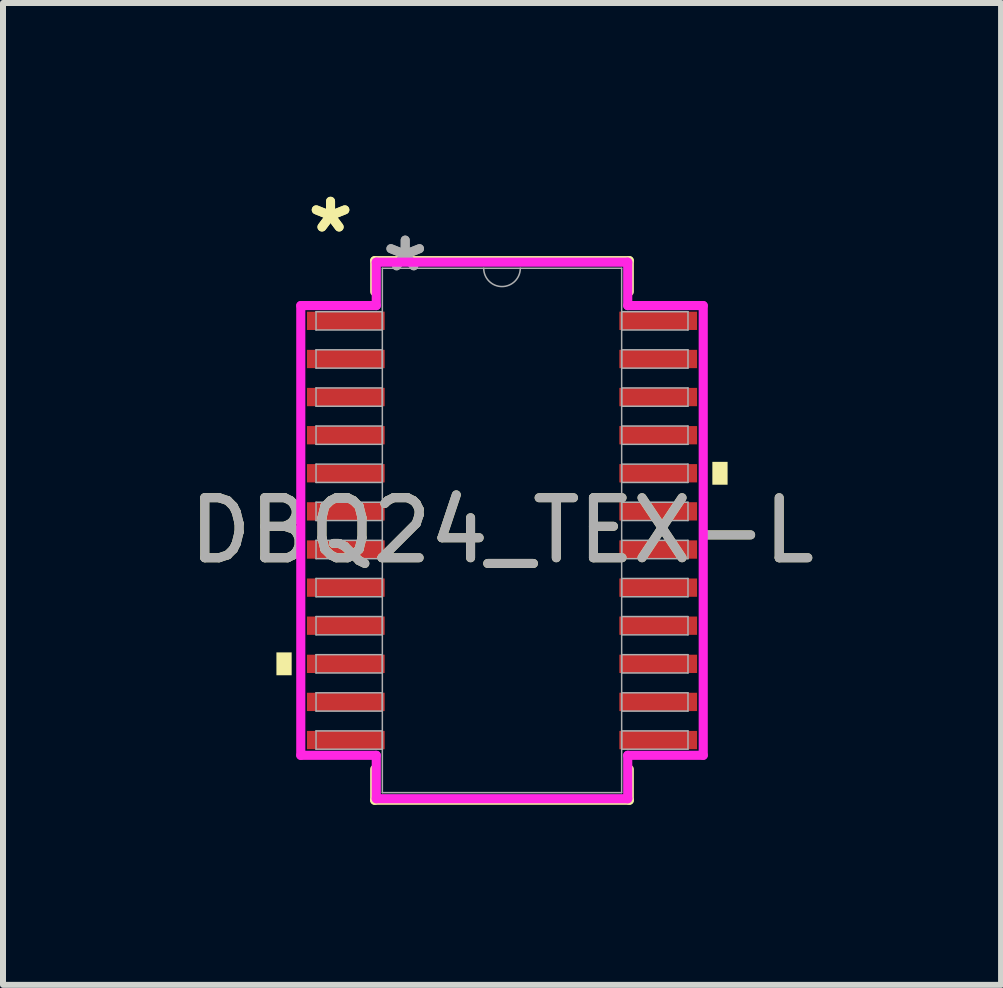
<source format=kicad_pcb>
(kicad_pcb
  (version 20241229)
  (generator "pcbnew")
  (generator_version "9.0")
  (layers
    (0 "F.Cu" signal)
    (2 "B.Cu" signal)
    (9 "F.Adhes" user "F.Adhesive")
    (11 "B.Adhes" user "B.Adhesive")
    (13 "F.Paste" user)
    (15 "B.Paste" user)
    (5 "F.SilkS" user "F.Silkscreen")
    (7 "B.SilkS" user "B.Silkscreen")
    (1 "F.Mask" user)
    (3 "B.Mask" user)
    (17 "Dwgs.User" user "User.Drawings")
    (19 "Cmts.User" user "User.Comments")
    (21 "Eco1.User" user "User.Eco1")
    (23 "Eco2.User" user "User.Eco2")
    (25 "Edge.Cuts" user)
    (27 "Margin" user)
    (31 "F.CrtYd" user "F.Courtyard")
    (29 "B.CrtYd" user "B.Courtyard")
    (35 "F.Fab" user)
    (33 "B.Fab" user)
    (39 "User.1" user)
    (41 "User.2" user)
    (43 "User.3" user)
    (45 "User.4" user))
  (footprint "DBQ24_TEX-L"
    (layer "F.Cu")
    (at 5.315 5.789)
    (property "Reference" "DBQ24_TEX-L" (at 0 0 0) (unlocked yes) (layer "F.SilkS") (effects (font (size 1 1) (thickness 0.15))))
    (attr smd)
    (fp_line (start -2.121 -4.496) (end -2.121 -3.978) (stroke (width 0.152) (type solid)) (layer "F.SilkS"))
    (fp_line (start -2.121 3.978) (end -2.121 4.496) (stroke (width 0.152) (type solid)) (layer "F.SilkS"))
    (fp_line (start -2.121 4.496) (end 2.121 4.496) (stroke (width 0.152) (type solid)) (layer "F.SilkS"))
    (fp_line (start 2.121 -4.496) (end -2.121 -4.496) (stroke (width 0.152) (type solid)) (layer "F.SilkS"))
    (fp_line (start 2.121 -3.978) (end 2.121 -4.496) (stroke (width 0.152) (type solid)) (layer "F.SilkS"))
    (fp_line (start 2.121 4.496) (end 2.121 3.978) (stroke (width 0.152) (type solid)) (layer "F.SilkS"))
    (fp_poly (pts (xy -3.759 2.032) (xy -3.759 2.413) (xy -3.505 2.413) (xy -3.505 2.032)) (stroke (width 0) (type solid)) (fill yes) (layer "F.SilkS"))
    (fp_poly (pts (xy 3.759 -1.143) (xy 3.759 -0.762) (xy 3.505 -0.762) (xy 3.505 -1.143)) (stroke (width 0) (type solid)) (fill yes) (layer "F.SilkS"))
    (fp_line (start -3.353 -3.747) (end -2.095 -3.747) (stroke (width 0.152) (type solid)) (layer "F.CrtYd"))
    (fp_line (start -3.353 3.747) (end -3.353 -3.747) (stroke (width 0.152) (type solid)) (layer "F.CrtYd"))
    (fp_line (start -3.353 3.747) (end -2.095 3.747) (stroke (width 0.152) (type solid)) (layer "F.CrtYd"))
    (fp_line (start -2.095 -4.47) (end 2.095 -4.47) (stroke (width 0.152) (type solid)) (layer "F.CrtYd"))
    (fp_line (start -2.095 -3.747) (end -2.095 -4.47) (stroke (width 0.152) (type solid)) (layer "F.CrtYd"))
    (fp_line (start -2.095 4.47) (end -2.095 3.747) (stroke (width 0.152) (type solid)) (layer "F.CrtYd"))
    (fp_line (start 2.095 -4.47) (end 2.095 -3.747) (stroke (width 0.152) (type solid)) (layer "F.CrtYd"))
    (fp_line (start 2.095 3.747) (end 2.095 4.47) (stroke (width 0.152) (type solid)) (layer "F.CrtYd"))
    (fp_line (start 2.095 4.47) (end -2.095 4.47) (stroke (width 0.152) (type solid)) (layer "F.CrtYd"))
    (fp_line (start 3.353 -3.747) (end 2.095 -3.747) (stroke (width 0.152) (type solid)) (layer "F.CrtYd"))
    (fp_line (start 3.353 -3.747) (end 3.353 3.747) (stroke (width 0.152) (type solid)) (layer "F.CrtYd"))
    (fp_line (start 3.353 3.747) (end 2.095 3.747) (stroke (width 0.152) (type solid)) (layer "F.CrtYd"))
    (fp_line (start -3.099 -3.645) (end -3.099 -3.34) (stroke (width 0.025) (type solid)) (layer "F.Fab"))
    (fp_line (start -3.099 -3.34) (end -1.994 -3.34) (stroke (width 0.025) (type solid)) (layer "F.Fab"))
    (fp_line (start -3.099 -3.01) (end -3.099 -2.705) (stroke (width 0.025) (type solid)) (layer "F.Fab"))
    (fp_line (start -3.099 -2.705) (end -1.994 -2.705) (stroke (width 0.025) (type solid)) (layer "F.Fab"))
    (fp_line (start -3.099 -2.375) (end -3.099 -2.07) (stroke (width 0.025) (type solid)) (layer "F.Fab"))
    (fp_line (start -3.099 -2.07) (end -1.994 -2.07) (stroke (width 0.025) (type solid)) (layer "F.Fab"))
    (fp_line (start -3.099 -1.74) (end -3.099 -1.435) (stroke (width 0.025) (type solid)) (layer "F.Fab"))
    (fp_line (start -3.099 -1.435) (end -1.994 -1.435) (stroke (width 0.025) (type solid)) (layer "F.Fab"))
    (fp_line (start -3.099 -1.105) (end -3.099 -0.8) (stroke (width 0.025) (type solid)) (layer "F.Fab"))
    (fp_line (start -3.099 -0.8) (end -1.994 -0.8) (stroke (width 0.025) (type solid)) (layer "F.Fab"))
    (fp_line (start -3.099 -0.47) (end -3.099 -0.165) (stroke (width 0.025) (type solid)) (layer "F.Fab"))
    (fp_line (start -3.099 -0.165) (end -1.994 -0.165) (stroke (width 0.025) (type solid)) (layer "F.Fab"))
    (fp_line (start -3.099 0.165) (end -3.099 0.47) (stroke (width 0.025) (type solid)) (layer "F.Fab"))
    (fp_line (start -3.099 0.47) (end -1.994 0.47) (stroke (width 0.025) (type solid)) (layer "F.Fab"))
    (fp_line (start -3.099 0.8) (end -3.099 1.105) (stroke (width 0.025) (type solid)) (layer "F.Fab"))
    (fp_line (start -3.099 1.105) (end -1.994 1.105) (stroke (width 0.025) (type solid)) (layer "F.Fab"))
    (fp_line (start -3.099 1.435) (end -3.099 1.74) (stroke (width 0.025) (type solid)) (layer "F.Fab"))
    (fp_line (start -3.099 1.74) (end -1.994 1.74) (stroke (width 0.025) (type solid)) (layer "F.Fab"))
    (fp_line (start -3.099 2.07) (end -3.099 2.375) (stroke (width 0.025) (type solid)) (layer "F.Fab"))
    (fp_line (start -3.099 2.375) (end -1.994 2.375) (stroke (width 0.025) (type solid)) (layer "F.Fab"))
    (fp_line (start -3.099 2.705) (end -3.099 3.01) (stroke (width 0.025) (type solid)) (layer "F.Fab"))
    (fp_line (start -3.099 3.01) (end -1.994 3.01) (stroke (width 0.025) (type solid)) (layer "F.Fab"))
    (fp_line (start -3.099 3.34) (end -3.099 3.645) (stroke (width 0.025) (type solid)) (layer "F.Fab"))
    (fp_line (start -3.099 3.645) (end -1.994 3.645) (stroke (width 0.025) (type solid)) (layer "F.Fab"))
    (fp_line (start -1.994 -4.369) (end -1.994 4.369) (stroke (width 0.025) (type solid)) (layer "F.Fab"))
    (fp_line (start -1.994 -3.645) (end -3.099 -3.645) (stroke (width 0.025) (type solid)) (layer "F.Fab"))
    (fp_line (start -1.994 -3.34) (end -1.994 -3.645) (stroke (width 0.025) (type solid)) (layer "F.Fab"))
    (fp_line (start -1.994 -3.01) (end -3.099 -3.01) (stroke (width 0.025) (type solid)) (layer "F.Fab"))
    (fp_line (start -1.994 -2.705) (end -1.994 -3.01) (stroke (width 0.025) (type solid)) (layer "F.Fab"))
    (fp_line (start -1.994 -2.375) (end -3.099 -2.375) (stroke (width 0.025) (type solid)) (layer "F.Fab"))
    (fp_line (start -1.994 -2.07) (end -1.994 -2.375) (stroke (width 0.025) (type solid)) (layer "F.Fab"))
    (fp_line (start -1.994 -1.74) (end -3.099 -1.74) (stroke (width 0.025) (type solid)) (layer "F.Fab"))
    (fp_line (start -1.994 -1.435) (end -1.994 -1.74) (stroke (width 0.025) (type solid)) (layer "F.Fab"))
    (fp_line (start -1.994 -1.105) (end -3.099 -1.105) (stroke (width 0.025) (type solid)) (layer "F.Fab"))
    (fp_line (start -1.994 -0.8) (end -1.994 -1.105) (stroke (width 0.025) (type solid)) (layer "F.Fab"))
    (fp_line (start -1.994 -0.47) (end -3.099 -0.47) (stroke (width 0.025) (type solid)) (layer "F.Fab"))
    (fp_line (start -1.994 -0.165) (end -1.994 -0.47) (stroke (width 0.025) (type solid)) (layer "F.Fab"))
    (fp_line (start -1.994 0.165) (end -3.099 0.165) (stroke (width 0.025) (type solid)) (layer "F.Fab"))
    (fp_line (start -1.994 0.47) (end -1.994 0.165) (stroke (width 0.025) (type solid)) (layer "F.Fab"))
    (fp_line (start -1.994 0.8) (end -3.099 0.8) (stroke (width 0.025) (type solid)) (layer "F.Fab"))
    (fp_line (start -1.994 1.105) (end -1.994 0.8) (stroke (width 0.025) (type solid)) (layer "F.Fab"))
    (fp_line (start -1.994 1.435) (end -3.099 1.435) (stroke (width 0.025) (type solid)) (layer "F.Fab"))
    (fp_line (start -1.994 1.74) (end -1.994 1.435) (stroke (width 0.025) (type solid)) (layer "F.Fab"))
    (fp_line (start -1.994 2.07) (end -3.099 2.07) (stroke (width 0.025) (type solid)) (layer "F.Fab"))
    (fp_line (start -1.994 2.375) (end -1.994 2.07) (stroke (width 0.025) (type solid)) (layer "F.Fab"))
    (fp_line (start -1.994 2.705) (end -3.099 2.705) (stroke (width 0.025) (type solid)) (layer "F.Fab"))
    (fp_line (start -1.994 3.01) (end -1.994 2.705) (stroke (width 0.025) (type solid)) (layer "F.Fab"))
    (fp_line (start -1.994 3.34) (end -3.099 3.34) (stroke (width 0.025) (type solid)) (layer "F.Fab"))
    (fp_line (start -1.994 3.645) (end -1.994 3.34) (stroke (width 0.025) (type solid)) (layer "F.Fab"))
    (fp_line (start -1.994 4.369) (end 1.994 4.369) (stroke (width 0.025) (type solid)) (layer "F.Fab"))
    (fp_line (start 1.994 -4.369) (end -1.994 -4.369) (stroke (width 0.025) (type solid)) (layer "F.Fab"))
    (fp_line (start 1.994 -3.645) (end 1.994 -3.34) (stroke (width 0.025) (type solid)) (layer "F.Fab"))
    (fp_line (start 1.994 -3.34) (end 3.099 -3.34) (stroke (width 0.025) (type solid)) (layer "F.Fab"))
    (fp_line (start 1.994 -3.01) (end 1.994 -2.705) (stroke (width 0.025) (type solid)) (layer "F.Fab"))
    (fp_line (start 1.994 -2.705) (end 3.099 -2.705) (stroke (width 0.025) (type solid)) (layer "F.Fab"))
    (fp_line (start 1.994 -2.375) (end 1.994 -2.07) (stroke (width 0.025) (type solid)) (layer "F.Fab"))
    (fp_line (start 1.994 -2.07) (end 3.099 -2.07) (stroke (width 0.025) (type solid)) (layer "F.Fab"))
    (fp_line (start 1.994 -1.74) (end 1.994 -1.435) (stroke (width 0.025) (type solid)) (layer "F.Fab"))
    (fp_line (start 1.994 -1.435) (end 3.099 -1.435) (stroke (width 0.025) (type solid)) (layer "F.Fab"))
    (fp_line (start 1.994 -1.105) (end 1.994 -0.8) (stroke (width 0.025) (type solid)) (layer "F.Fab"))
    (fp_line (start 1.994 -0.8) (end 3.099 -0.8) (stroke (width 0.025) (type solid)) (layer "F.Fab"))
    (fp_line (start 1.994 -0.47) (end 1.994 -0.165) (stroke (width 0.025) (type solid)) (layer "F.Fab"))
    (fp_line (start 1.994 -0.165) (end 3.099 -0.165) (stroke (width 0.025) (type solid)) (layer "F.Fab"))
    (fp_line (start 1.994 0.165) (end 1.994 0.47) (stroke (width 0.025) (type solid)) (layer "F.Fab"))
    (fp_line (start 1.994 0.47) (end 3.099 0.47) (stroke (width 0.025) (type solid)) (layer "F.Fab"))
    (fp_line (start 1.994 0.8) (end 1.994 1.105) (stroke (width 0.025) (type solid)) (layer "F.Fab"))
    (fp_line (start 1.994 1.105) (end 3.099 1.105) (stroke (width 0.025) (type solid)) (layer "F.Fab"))
    (fp_line (start 1.994 1.435) (end 1.994 1.74) (stroke (width 0.025) (type solid)) (layer "F.Fab"))
    (fp_line (start 1.994 1.74) (end 3.099 1.74) (stroke (width 0.025) (type solid)) (layer "F.Fab"))
    (fp_line (start 1.994 2.07) (end 1.994 2.375) (stroke (width 0.025) (type solid)) (layer "F.Fab"))
    (fp_line (start 1.994 2.375) (end 3.099 2.375) (stroke (width 0.025) (type solid)) (layer "F.Fab"))
    (fp_line (start 1.994 2.705) (end 1.994 3.01) (stroke (width 0.025) (type solid)) (layer "F.Fab"))
    (fp_line (start 1.994 3.01) (end 3.099 3.01) (stroke (width 0.025) (type solid)) (layer "F.Fab"))
    (fp_line (start 1.994 3.34) (end 1.994 3.645) (stroke (width 0.025) (type solid)) (layer "F.Fab"))
    (fp_line (start 1.994 3.645) (end 3.099 3.645) (stroke (width 0.025) (type solid)) (layer "F.Fab"))
    (fp_line (start 1.994 4.369) (end 1.994 -4.369) (stroke (width 0.025) (type solid)) (layer "F.Fab"))
    (fp_line (start 3.099 -3.645) (end 1.994 -3.645) (stroke (width 0.025) (type solid)) (layer "F.Fab"))
    (fp_line (start 3.099 -3.34) (end 3.099 -3.645) (stroke (width 0.025) (type solid)) (layer "F.Fab"))
    (fp_line (start 3.099 -3.01) (end 1.994 -3.01) (stroke (width 0.025) (type solid)) (layer "F.Fab"))
    (fp_line (start 3.099 -2.705) (end 3.099 -3.01) (stroke (width 0.025) (type solid)) (layer "F.Fab"))
    (fp_line (start 3.099 -2.375) (end 1.994 -2.375) (stroke (width 0.025) (type solid)) (layer "F.Fab"))
    (fp_line (start 3.099 -2.07) (end 3.099 -2.375) (stroke (width 0.025) (type solid)) (layer "F.Fab"))
    (fp_line (start 3.099 -1.74) (end 1.994 -1.74) (stroke (width 0.025) (type solid)) (layer "F.Fab"))
    (fp_line (start 3.099 -1.435) (end 3.099 -1.74) (stroke (width 0.025) (type solid)) (layer "F.Fab"))
    (fp_line (start 3.099 -1.105) (end 1.994 -1.105) (stroke (width 0.025) (type solid)) (layer "F.Fab"))
    (fp_line (start 3.099 -0.8) (end 3.099 -1.105) (stroke (width 0.025) (type solid)) (layer "F.Fab"))
    (fp_line (start 3.099 -0.47) (end 1.994 -0.47) (stroke (width 0.025) (type solid)) (layer "F.Fab"))
    (fp_line (start 3.099 -0.165) (end 3.099 -0.47) (stroke (width 0.025) (type solid)) (layer "F.Fab"))
    (fp_line (start 3.099 0.165) (end 1.994 0.165) (stroke (width 0.025) (type solid)) (layer "F.Fab"))
    (fp_line (start 3.099 0.47) (end 3.099 0.165) (stroke (width 0.025) (type solid)) (layer "F.Fab"))
    (fp_line (start 3.099 0.8) (end 1.994 0.8) (stroke (width 0.025) (type solid)) (layer "F.Fab"))
    (fp_line (start 3.099 1.105) (end 3.099 0.8) (stroke (width 0.025) (type solid)) (layer "F.Fab"))
    (fp_line (start 3.099 1.435) (end 1.994 1.435) (stroke (width 0.025) (type solid)) (layer "F.Fab"))
    (fp_line (start 3.099 1.74) (end 3.099 1.435) (stroke (width 0.025) (type solid)) (layer "F.Fab"))
    (fp_line (start 3.099 2.07) (end 1.994 2.07) (stroke (width 0.025) (type solid)) (layer "F.Fab"))
    (fp_line (start 3.099 2.375) (end 3.099 2.07) (stroke (width 0.025) (type solid)) (layer "F.Fab"))
    (fp_line (start 3.099 2.705) (end 1.994 2.705) (stroke (width 0.025) (type solid)) (layer "F.Fab"))
    (fp_line (start 3.099 3.01) (end 3.099 2.705) (stroke (width 0.025) (type solid)) (layer "F.Fab"))
    (fp_line (start 3.099 3.34) (end 1.994 3.34) (stroke (width 0.025) (type solid)) (layer "F.Fab"))
    (fp_line (start 3.099 3.645) (end 3.099 3.34) (stroke (width 0.025) (type solid)) (layer "F.Fab"))
    (fp_arc (start 0.3048 -4.3688) (mid 0 -4.064) (end -0.3048 -4.3688) (stroke (width 0.0254) (type solid)) (layer "F.Fab"))
    (fp_text user "*" (at -2.857 -4.94 0) (layer "F.SilkS") (effects (font (size 1 1) (thickness 0.15))))
    (fp_text user "*" (at -2.857 -4.94 0) (unlocked yes) (layer "F.SilkS") (effects (font (size 1 1) (thickness 0.15))))
    (fp_text user "*" (at -1.613 -4.293 0) (unlocked yes) (layer "F.Fab") (effects (font (size 1 1) (thickness 0.15))))
    (fp_text user "${REFERENCE}" (at 0 0 0) (unlocked yes) (layer "F.Fab") (effects (font (size 1 1) (thickness 0.15))))
    (fp_text user "*" (at -1.613 -4.293 0) (layer "F.Fab") (effects (font (size 1 1) (thickness 0.15))))
    (pad "1" smd rect (at -2.603 -3.493) (size 1.295 0.305) (layers "F.Cu" "F.Mask" "F.Paste"))
    (pad "2" smd rect (at -2.603 -2.857) (size 1.295 0.305) (layers "F.Cu" "F.Mask" "F.Paste"))
    (pad "3" smd rect (at -2.603 -2.223) (size 1.295 0.305) (layers "F.Cu" "F.Mask" "F.Paste"))
    (pad "4" smd rect (at -2.603 -1.587) (size 1.295 0.305) (layers "F.Cu" "F.Mask" "F.Paste"))
    (pad "5" smd rect (at -2.603 -0.953) (size 1.295 0.305) (layers "F.Cu" "F.Mask" "F.Paste"))
    (pad "6" smd rect (at -2.603 -0.318) (size 1.295 0.305) (layers "F.Cu" "F.Mask" "F.Paste"))
    (pad "7" smd rect (at -2.603 0.318) (size 1.295 0.305) (layers "F.Cu" "F.Mask" "F.Paste"))
    (pad "8" smd rect (at -2.603 0.953) (size 1.295 0.305) (layers "F.Cu" "F.Mask" "F.Paste"))
    (pad "9" smd rect (at -2.603 1.587) (size 1.295 0.305) (layers "F.Cu" "F.Mask" "F.Paste"))
    (pad "10" smd rect (at -2.603 2.223) (size 1.295 0.305) (layers "F.Cu" "F.Mask" "F.Paste"))
    (pad "11" smd rect (at -2.603 2.857) (size 1.295 0.305) (layers "F.Cu" "F.Mask" "F.Paste"))
    (pad "12" smd rect (at -2.603 3.493) (size 1.295 0.305) (layers "F.Cu" "F.Mask" "F.Paste"))
    (pad "13" smd rect (at 2.603 3.493) (size 1.295 0.305) (layers "F.Cu" "F.Mask" "F.Paste"))
    (pad "14" smd rect (at 2.603 2.857) (size 1.295 0.305) (layers "F.Cu" "F.Mask" "F.Paste"))
    (pad "15" smd rect (at 2.603 2.223) (size 1.295 0.305) (layers "F.Cu" "F.Mask" "F.Paste"))
    (pad "16" smd rect (at 2.603 1.587) (size 1.295 0.305) (layers "F.Cu" "F.Mask" "F.Paste"))
    (pad "17" smd rect (at 2.603 0.953) (size 1.295 0.305) (layers "F.Cu" "F.Mask" "F.Paste"))
    (pad "18" smd rect (at 2.603 0.318) (size 1.295 0.305) (layers "F.Cu" "F.Mask" "F.Paste"))
    (pad "19" smd rect (at 2.603 -0.318) (size 1.295 0.305) (layers "F.Cu" "F.Mask" "F.Paste"))
    (pad "20" smd rect (at 2.603 -0.953) (size 1.295 0.305) (layers "F.Cu" "F.Mask" "F.Paste"))
    (pad "21" smd rect (at 2.603 -1.587) (size 1.295 0.305) (layers "F.Cu" "F.Mask" "F.Paste"))
    (pad "22" smd rect (at 2.603 -2.223) (size 1.295 0.305) (layers "F.Cu" "F.Mask" "F.Paste"))
    (pad "23" smd rect (at 2.603 -2.857) (size 1.295 0.305) (layers "F.Cu" "F.Mask" "F.Paste"))
    (pad "24" smd rect (at 2.603 -3.493) (size 1.295 0.305) (layers "F.Cu" "F.Mask" "F.Paste")))
  (gr_rect
    (start -3 -3)
    (end 13.631 13.361)
    (stroke (width 0.1) (type default))
    (fill no)
    (layer "Edge.Cuts")))
</source>
